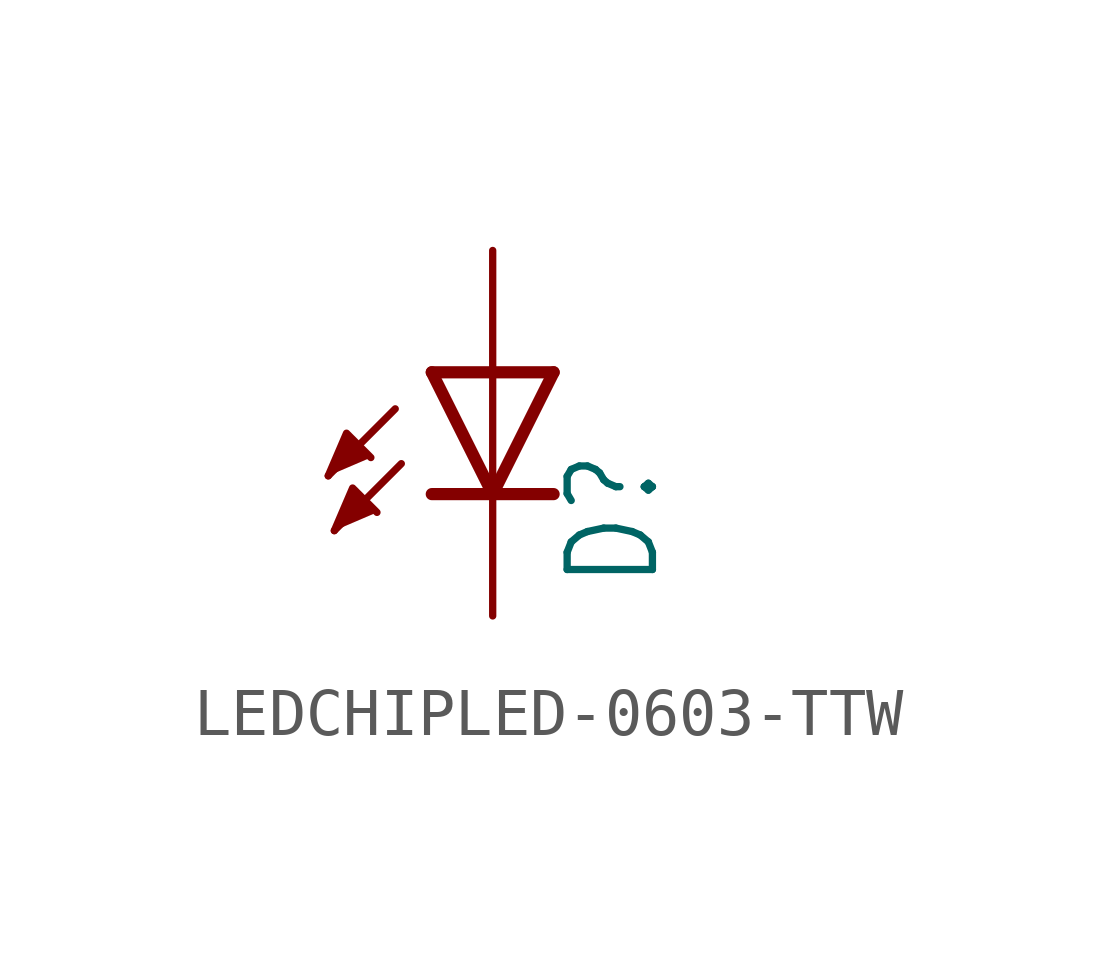
<source format=kicad_sym>
(kicad_symbol_lib
  (version 20220914)
  (generator kicad_symbol_editor)
  (symbol "LEDCHIPLED-0603-TTW"
    (property "Reference" "D"
      (at 3.556 -4.572 90)
      (effects (font (size 1.778 1.511)) (justify left bottom)))
    (property "Value" ""
      (at 5.715 -4.572 90)
      (effects (font (size 1.778 1.511)) (justify left bottom)))
    (property "ki_locked" ""
      (at 0 0 0)
      (effects (font (size 1.27 1.27))))
    (symbol "LEDCHIPLED-0603-TTW_1_0"
      (polyline (pts (xy -2.032 -0.762) (xy -3.429 -2.159)) (stroke (width 0.152) (type solid)) (fill (type none)))
      (polyline (pts (xy -1.905 -1.905) (xy -3.302 -3.302)) (stroke (width 0.152) (type solid)) (fill (type none)))
      (polyline (pts (xy 0 -2.54) (xy -1.27 -2.54)) (stroke (width 0.254) (type solid)) (fill (type none)))
      (polyline (pts (xy 0 -2.54) (xy -1.27 0)) (stroke (width 0.254) (type solid)) (fill (type none)))
      (polyline (pts (xy 0 0) (xy -1.27 0)) (stroke (width 0.254) (type solid)) (fill (type none)))
      (polyline (pts (xy 0 0) (xy 0 -2.54)) (stroke (width 0.152) (type solid)) (fill (type none)))
      (polyline (pts (xy 1.27 -2.54) (xy 0 -2.54)) (stroke (width 0.254) (type solid)) (fill (type none)))
      (polyline (pts (xy 1.27 0) (xy 0 -2.54)) (stroke (width 0.254) (type solid)) (fill (type none)))
      (polyline (pts (xy 1.27 0) (xy 0 0)) (stroke (width 0.254) (type solid)) (fill (type none)))
      (polyline (pts (xy -3.429 -2.159) (xy -3.048 -1.27) (xy -2.54 -1.778)) (stroke (width 0.152) (type solid)) (fill (type outline)))
      (polyline (pts (xy -3.302 -3.302) (xy -2.921 -2.413) (xy -2.413 -2.921)) (stroke (width 0.152) (type solid)) (fill (type outline)))
      (pin passive line (at 0 2.54 270) (length 2.54) (name "A" (effects (font (size 0 0)))) (number "A@1" (effects (font (size 0 0)))))
      (pin passive line (at 0 -5.08 90) (length 2.54) (name "C" (effects (font (size 0 0)))) (number "C@1" (effects (font (size 0 0))))))))
</source>
